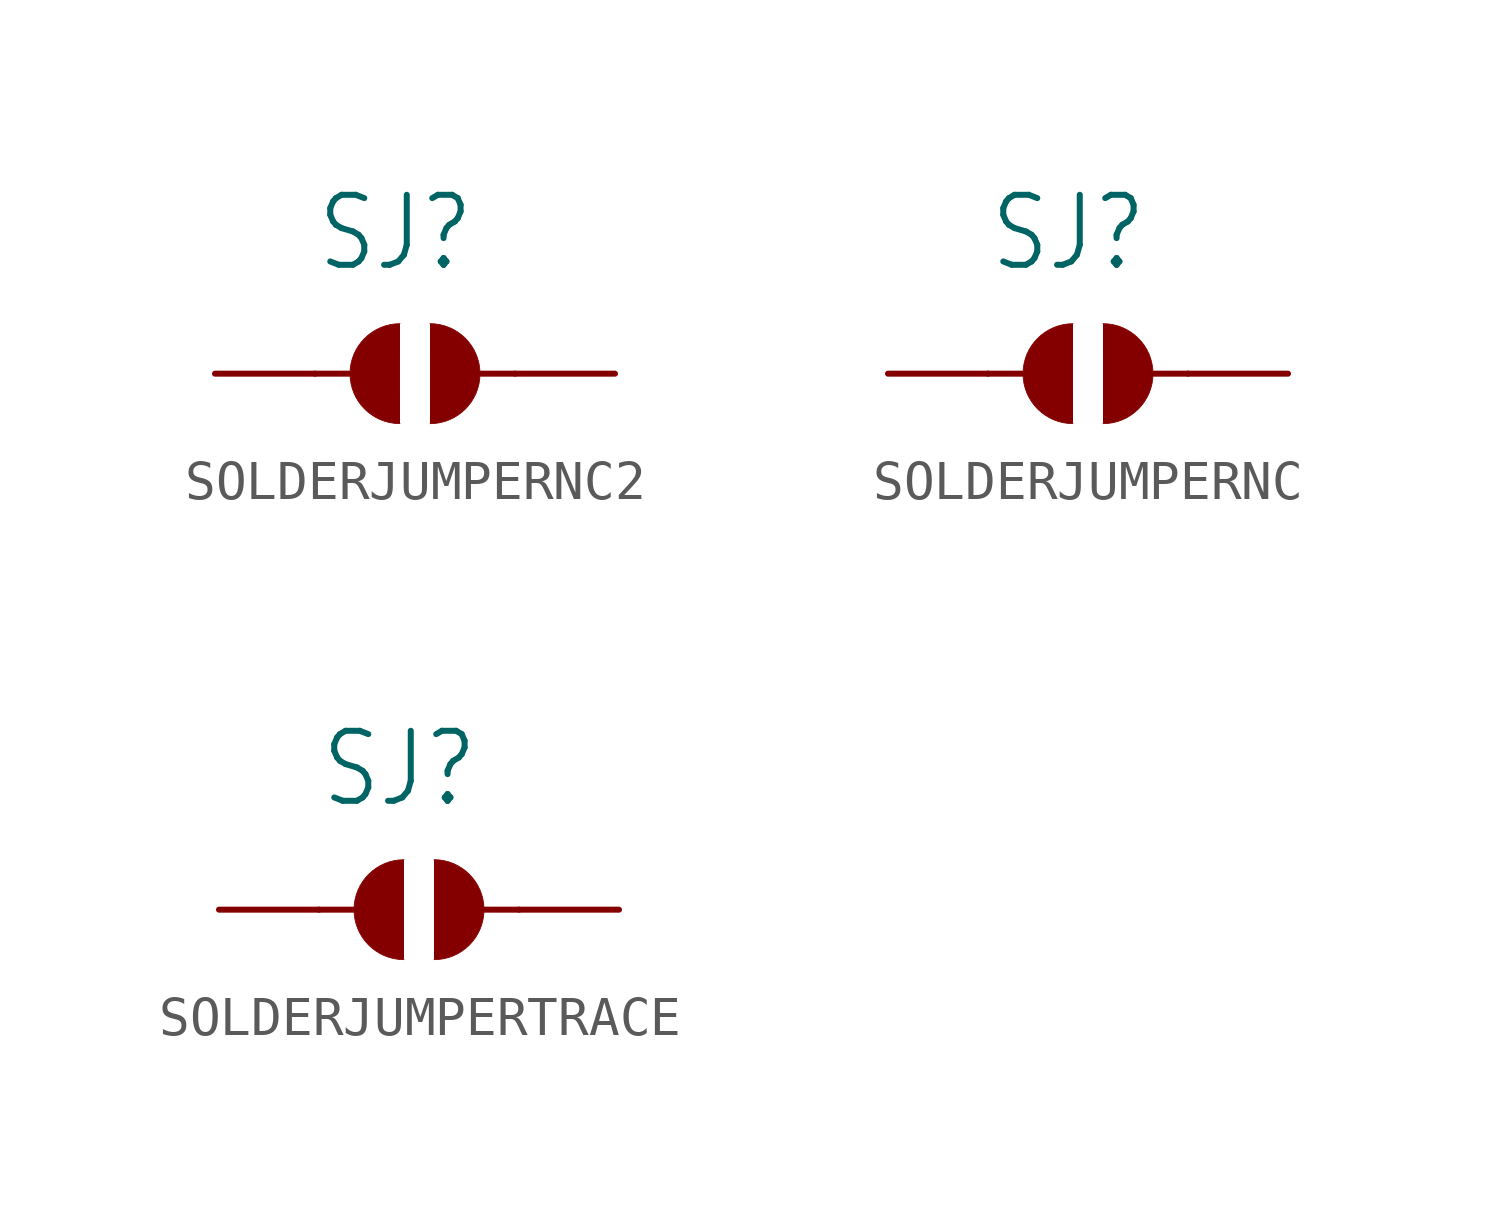
<source format=kicad_sym>
(kicad_symbol_lib
  (version 20211014)
  (generator kicad_symbol_editor)
  (symbol "SOLDERJUMPERNC2"
    (property "Reference" "SJ"
      (at -2.54 2.54 0)
      (effects (font (size 1.778 1.511)) (justify left bottom)))
    (property "ki_locked" ""
      (at 0 0 0)
      (effects (font (size 1.27 1.27))))
    (symbol "SOLDERJUMPERNC2_1_0"
      (arc (start -0.381 1.2699) (mid -1.6508 0) (end -0.381 -1.2699) (stroke (width 0.0001) (type default) (color 0 0 0 0)) (fill (type outline)))
      (polyline (pts (xy -2.54 0) (xy -1.651 0)) (stroke (width 0.152) (type default) (color 0 0 0 0)) (fill (type none)))
      (polyline (pts (xy 2.54 0) (xy 1.651 0)) (stroke (width 0.152) (type default) (color 0 0 0 0)) (fill (type none)))
      (arc (start 0.381 -1.2699) (mid 1.6508 0) (end 0.381 1.2699) (stroke (width 0.0001) (type default) (color 0 0 0 0)) (fill (type outline)))
      (pin passive line (at -5.08 0 0) (length 2.54) (name "1" (effects (font (size 0 0)))) (number "1" (effects (font (size 0 0)))))
      (pin passive line (at 5.08 0 180) (length 2.54) (name "2" (effects (font (size 0 0)))) (number "2" (effects (font (size 0 0)))))))
  (symbol "SOLDERJUMPERNC"
    (property "Reference" "SJ"
      (at -2.54 2.54 0)
      (effects (font (size 1.778 1.511)) (justify left bottom)))
    (property "ki_locked" ""
      (at 0 0 0)
      (effects (font (size 1.27 1.27))))
    (symbol "SOLDERJUMPERNC_1_0"
      (arc (start -0.381 1.2699) (mid -1.6508 0) (end -0.381 -1.2699) (stroke (width 0.0001) (type default) (color 0 0 0 0)) (fill (type outline)))
      (polyline (pts (xy -2.54 0) (xy -1.651 0)) (stroke (width 0.152) (type default) (color 0 0 0 0)) (fill (type none)))
      (polyline (pts (xy 2.54 0) (xy 1.651 0)) (stroke (width 0.152) (type default) (color 0 0 0 0)) (fill (type none)))
      (arc (start 0.381 -1.2699) (mid 1.6508 0) (end 0.381 1.2699) (stroke (width 0.0001) (type default) (color 0 0 0 0)) (fill (type outline)))
      (pin passive line (at -5.08 0 0) (length 2.54) (name "1" (effects (font (size 0 0)))) (number "1" (effects (font (size 0 0)))))
      (pin passive line (at 5.08 0 180) (length 2.54) (name "2" (effects (font (size 0 0)))) (number "2" (effects (font (size 0 0)))))))
  (symbol "SOLDERJUMPERTRACE"
    (property "Reference" "SJ"
      (at -2.54 2.54 0)
      (effects (font (size 1.778 1.511)) (justify left bottom)))
    (property "ki_locked" ""
      (at 0 0 0)
      (effects (font (size 1.27 1.27))))
    (symbol "SOLDERJUMPERTRACE_1_0"
      (arc (start -0.381 1.2699) (mid -1.6508 0) (end -0.381 -1.2699) (stroke (width 0.0001) (type default) (color 0 0 0 0)) (fill (type outline)))
      (polyline (pts (xy -2.54 0) (xy -1.651 0)) (stroke (width 0.152) (type default) (color 0 0 0 0)) (fill (type none)))
      (polyline (pts (xy 2.54 0) (xy 1.651 0)) (stroke (width 0.152) (type default) (color 0 0 0 0)) (fill (type none)))
      (arc (start 0.381 -1.2699) (mid 1.6508 0) (end 0.381 1.2699) (stroke (width 0.0001) (type default) (color 0 0 0 0)) (fill (type outline)))
      (pin passive line (at -5.08 0 0) (length 2.54) (name "1" (effects (font (size 0 0)))) (number "1" (effects (font (size 0 0)))))
      (pin passive line (at 5.08 0 180) (length 2.54) (name "2" (effects (font (size 0 0)))) (number "2" (effects (font (size 0 0))))))))
</source>
